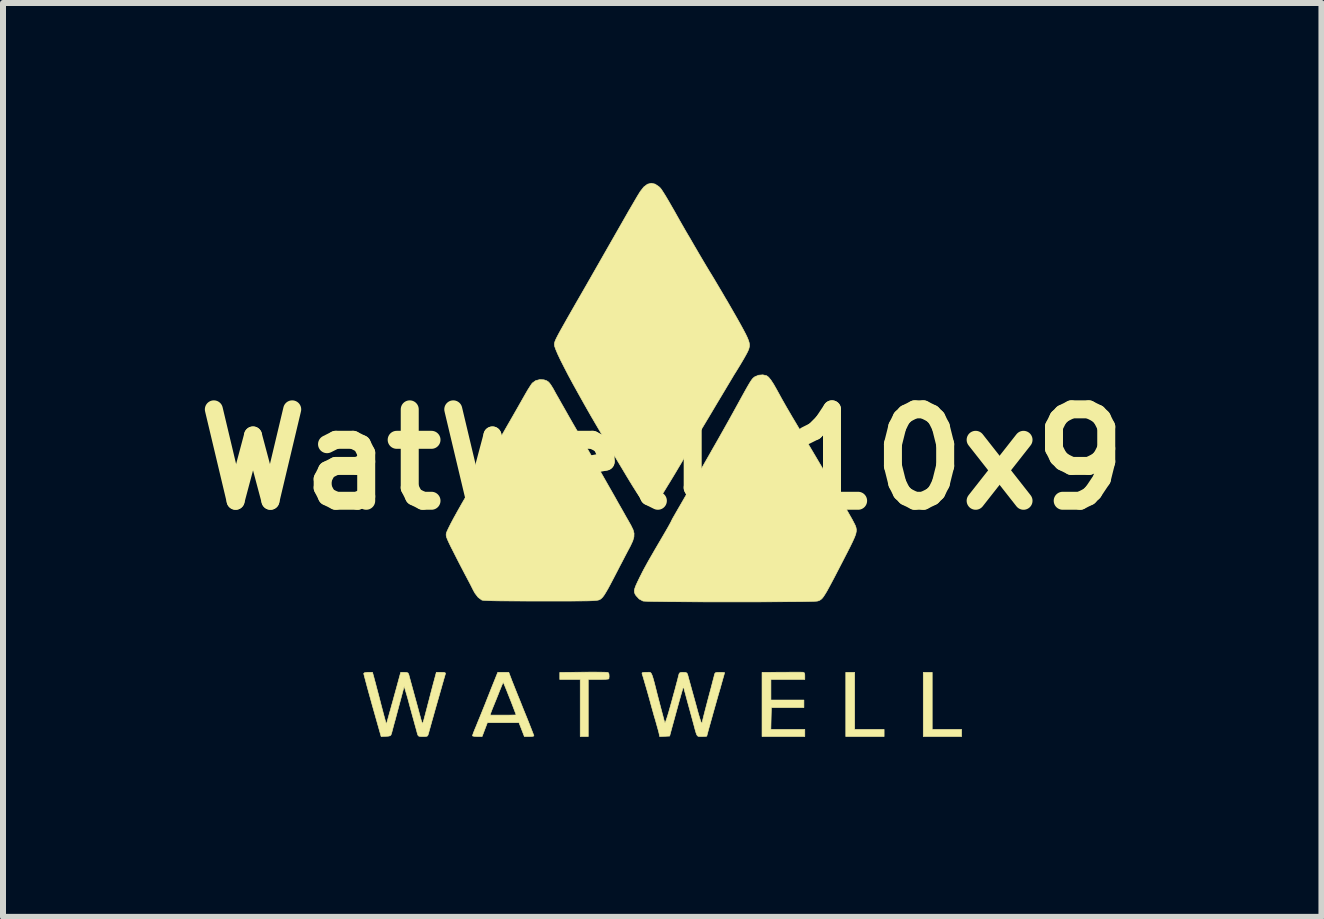
<source format=kicad_pcb>
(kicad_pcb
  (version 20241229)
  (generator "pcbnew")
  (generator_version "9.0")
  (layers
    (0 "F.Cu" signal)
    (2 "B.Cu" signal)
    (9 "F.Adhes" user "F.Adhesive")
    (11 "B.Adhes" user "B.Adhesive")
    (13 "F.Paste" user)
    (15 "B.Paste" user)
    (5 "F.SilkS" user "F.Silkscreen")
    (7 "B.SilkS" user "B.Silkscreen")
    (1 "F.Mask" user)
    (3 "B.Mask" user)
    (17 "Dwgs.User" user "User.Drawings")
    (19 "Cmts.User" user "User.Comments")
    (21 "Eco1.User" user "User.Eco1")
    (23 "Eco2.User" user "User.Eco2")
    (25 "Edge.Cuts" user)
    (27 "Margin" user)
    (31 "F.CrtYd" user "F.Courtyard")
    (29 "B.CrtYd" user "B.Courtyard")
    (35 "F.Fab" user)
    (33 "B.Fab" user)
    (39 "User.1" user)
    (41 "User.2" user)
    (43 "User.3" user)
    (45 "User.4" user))
  (footprint "WatWell_10x9"
    (layer "F.Cu")
    (at 7.99 4.609)
    (property "Reference" "WatWell_10x9" (at 0 0 0) (layer "F.SilkS") (effects (font (size 1.524 1.524) (thickness 0.3))))
    (attr through_hole)
    (fp_poly (pts (xy 3.208 4.501) (xy 3.699 4.501) (xy 3.699 4.62) (xy 3.06 4.62) (xy 3.06 3.55) (xy 3.208 3.55) (xy 3.208 4.501)) (stroke (width 0.01) (type solid)) (fill yes) (layer "F.SilkS"))
    (fp_poly (pts (xy 4.501 4.501) (xy 4.991 4.501) (xy 4.991 4.62) (xy 4.352 4.62) (xy 4.352 3.55) (xy 4.501 3.55) (xy 4.501 4.501)) (stroke (width 0.01) (type solid)) (fill yes) (layer "F.SilkS"))
    (fp_poly (pts (xy -1.111 3.546) (xy -1.028 3.547) (xy -0.962 3.548) (xy -0.918 3.55) (xy -0.901 3.553) (xy -0.888 3.575) (xy -0.885 3.617) (xy -0.889 3.658) (xy -0.904 3.662) (xy -0.942 3.666) (xy -0.999 3.668) (xy -1.062 3.669) (xy -1.233 3.669) (xy -1.233 4.62) (xy -1.367 4.62) (xy -1.367 3.669) (xy -1.708 3.669) (xy -1.708 3.551) (xy -1.313 3.547) (xy -1.207 3.546) (xy -1.111 3.546)) (stroke (width 0.01) (type solid)) (fill yes) (layer "F.SilkS"))
    (fp_poly (pts (xy 2.346 3.548) (xy 2.368 3.557) (xy 2.376 3.58) (xy 2.377 3.609) (xy 2.377 3.669) (xy 1.812 3.669) (xy 1.812 4.011) (xy 2.362 4.011) (xy 2.362 4.074) (xy 2.362 4.137) (xy 1.82 4.137) (xy 1.815 4.319) (xy 1.811 4.501) (xy 2.377 4.501) (xy 2.377 4.62) (xy 1.664 4.62) (xy 1.664 3.55) (xy 1.968 3.548) (xy 2.062 3.548) (xy 2.147 3.547) (xy 2.218 3.547) (xy 2.271 3.547) (xy 2.3 3.547) (xy 2.302 3.547) (xy 2.346 3.548)) (stroke (width 0.01) (type solid)) (fill yes) (layer "F.SilkS"))
    (fp_poly (pts (xy -2.52 3.65) (xy -2.505 3.69) (xy -2.48 3.752) (xy -2.448 3.833) (xy -2.41 3.928) (xy -2.367 4.033) (xy -2.323 4.144) (xy -2.311 4.174) (xy -2.268 4.279) (xy -2.229 4.376) (xy -2.196 4.46) (xy -2.169 4.529) (xy -2.15 4.578) (xy -2.14 4.605) (xy -2.139 4.608) (xy -2.152 4.615) (xy -2.187 4.619) (xy -2.218 4.62) (xy -2.298 4.62) (xy -2.343 4.504) (xy -2.388 4.389) (xy -2.915 4.389) (xy -3.003 4.62) (xy -3.083 4.62) (xy -3.128 4.617) (xy -3.157 4.612) (xy -3.164 4.606) (xy -3.158 4.588) (xy -3.144 4.549) (xy -3.122 4.494) (xy -3.102 4.447) (xy -3.074 4.377) (xy -3.038 4.29) (xy -3.027 4.263) (xy -2.869 4.263) (xy -2.652 4.263) (xy -2.576 4.263) (xy -2.512 4.262) (xy -2.464 4.261) (xy -2.439 4.26) (xy -2.436 4.259) (xy -2.441 4.242) (xy -2.456 4.204) (xy -2.477 4.148) (xy -2.503 4.08) (xy -2.532 4.006) (xy -2.562 3.931) (xy -2.59 3.86) (xy -2.615 3.798) (xy -2.635 3.75) (xy -2.647 3.722) (xy -2.65 3.718) (xy -2.657 3.729) (xy -2.672 3.762) (xy -2.692 3.812) (xy -2.711 3.858) (xy -2.74 3.932) (xy -2.771 4.009) (xy -2.798 4.075) (xy -2.808 4.1) (xy -2.83 4.153) (xy -2.848 4.2) (xy -2.859 4.23) (xy -2.869 4.263) (xy -3.027 4.263) (xy -3 4.196) (xy -2.963 4.104) (xy -2.955 4.085) (xy -2.919 3.993) (xy -2.88 3.895) (xy -2.843 3.801) (xy -2.811 3.722) (xy -2.806 3.71) (xy -2.742 3.55) (xy -2.558 3.55) (xy -2.52 3.65)) (stroke (width 0.01) (type solid)) (fill yes) (layer "F.SilkS"))
    (fp_poly (pts (xy -1.971 -1.327) (xy -1.963 -1.324) (xy -1.93 -1.313) (xy -1.903 -1.297) (xy -1.879 -1.273) (xy -1.852 -1.235) (xy -1.818 -1.18) (xy -1.786 -1.121) (xy -1.762 -1.078) (xy -1.724 -1.012) (xy -1.677 -0.928) (xy -1.621 -0.83) (xy -1.56 -0.722) (xy -1.495 -0.608) (xy -1.431 -0.498) (xy -1.367 -0.386) (xy -1.295 -0.261) (xy -1.217 -0.124) (xy -1.135 0.019) (xy -1.051 0.167) (xy -0.966 0.316) (xy -0.883 0.462) (xy -0.803 0.602) (xy -0.729 0.734) (xy -0.661 0.853) (xy -0.603 0.956) (xy -0.555 1.04) (xy -0.52 1.102) (xy -0.519 1.105) (xy -0.486 1.172) (xy -0.47 1.232) (xy -0.472 1.292) (xy -0.491 1.358) (xy -0.528 1.438) (xy -0.541 1.463) (xy -0.572 1.521) (xy -0.612 1.597) (xy -0.658 1.686) (xy -0.707 1.779) (xy -0.747 1.857) (xy -0.811 1.98) (xy -0.863 2.079) (xy -0.905 2.157) (xy -0.94 2.217) (xy -0.968 2.262) (xy -0.991 2.293) (xy -1.012 2.315) (xy -1.031 2.33) (xy -1.045 2.338) (xy -1.058 2.343) (xy -1.076 2.347) (xy -1.1 2.35) (xy -1.134 2.353) (xy -1.179 2.356) (xy -1.238 2.358) (xy -1.313 2.359) (xy -1.406 2.36) (xy -1.519 2.361) (xy -1.656 2.361) (xy -1.816 2.361) (xy -2.004 2.361) (xy -2.037 2.361) (xy -2.252 2.361) (xy -2.438 2.36) (xy -2.596 2.359) (xy -2.727 2.358) (xy -2.831 2.356) (xy -2.911 2.353) (xy -2.967 2.35) (xy -2.999 2.347) (xy -3.008 2.344) (xy -3.069 2.299) (xy -3.12 2.233) (xy -3.148 2.184) (xy -3.173 2.134) (xy -3.206 2.069) (xy -3.243 1.999) (xy -3.263 1.961) (xy -3.295 1.901) (xy -3.336 1.822) (xy -3.383 1.732) (xy -3.432 1.636) (xy -3.474 1.553) (xy -3.521 1.461) (xy -3.555 1.391) (xy -3.579 1.338) (xy -3.594 1.3) (xy -3.601 1.272) (xy -3.602 1.249) (xy -3.6 1.234) (xy -3.589 1.202) (xy -3.563 1.146) (xy -3.525 1.07) (xy -3.475 0.976) (xy -3.414 0.866) (xy -3.344 0.742) (xy -3.266 0.607) (xy -3.182 0.463) (xy -3.093 0.312) (xy -3 0.157) (xy -2.94 0.059) (xy -2.923 0.031) (xy -2.893 -0.021) (xy -2.851 -0.094) (xy -2.798 -0.186) (xy -2.735 -0.295) (xy -2.665 -0.418) (xy -2.588 -0.553) (xy -2.505 -0.697) (xy -2.418 -0.849) (xy -2.329 -1.006) (xy -2.276 -1.099) (xy -2.24 -1.161) (xy -2.205 -1.216) (xy -2.178 -1.257) (xy -2.164 -1.274) (xy -2.11 -1.313) (xy -2.042 -1.331) (xy -1.971 -1.327)) (stroke (width 0.01) (type solid)) (fill yes) (layer "F.SilkS"))
    (fp_poly (pts (xy -4.808 3.628) (xy -4.798 3.667) (xy -4.781 3.728) (xy -4.761 3.806) (xy -4.737 3.896) (xy -4.712 3.991) (xy -4.709 4.003) (xy -4.685 4.097) (xy -4.662 4.184) (xy -4.642 4.26) (xy -4.626 4.319) (xy -4.616 4.355) (xy -4.615 4.358) (xy -4.599 4.416) (xy -4.581 4.351) (xy -4.565 4.295) (xy -4.548 4.232) (xy -4.542 4.211) (xy -4.531 4.174) (xy -4.515 4.113) (xy -4.493 4.036) (xy -4.469 3.948) (xy -4.443 3.854) (xy -4.44 3.843) (xy -4.36 3.55) (xy -4.297 3.55) (xy -4.258 3.552) (xy -4.237 3.562) (xy -4.224 3.589) (xy -4.218 3.613) (xy -4.208 3.65) (xy -4.192 3.709) (xy -4.172 3.782) (xy -4.15 3.862) (xy -4.142 3.892) (xy -4.117 3.983) (xy -4.091 4.077) (xy -4.067 4.166) (xy -4.048 4.238) (xy -4.045 4.248) (xy -4.026 4.319) (xy -4.013 4.364) (xy -4.003 4.39) (xy -3.996 4.398) (xy -3.991 4.395) (xy -3.986 4.38) (xy -3.974 4.34) (xy -3.958 4.28) (xy -3.938 4.204) (xy -3.915 4.117) (xy -3.909 4.092) (xy -3.883 3.993) (xy -3.858 3.895) (xy -3.834 3.804) (xy -3.814 3.728) (xy -3.799 3.674) (xy -3.799 3.673) (xy -3.766 3.55) (xy -3.687 3.55) (xy -3.641 3.551) (xy -3.619 3.557) (xy -3.613 3.568) (xy -3.615 3.576) (xy -3.633 3.638) (xy -3.657 3.721) (xy -3.685 3.82) (xy -3.716 3.929) (xy -3.749 4.044) (xy -3.782 4.159) (xy -3.813 4.27) (xy -3.842 4.372) (xy -3.866 4.459) (xy -3.885 4.527) (xy -3.895 4.564) (xy -3.905 4.596) (xy -3.918 4.613) (xy -3.944 4.619) (xy -3.989 4.62) (xy -4.036 4.619) (xy -4.061 4.612) (xy -4.074 4.596) (xy -4.084 4.564) (xy -4.094 4.526) (xy -4.11 4.468) (xy -4.129 4.4) (xy -4.142 4.352) (xy -4.166 4.266) (xy -4.192 4.17) (xy -4.217 4.079) (xy -4.225 4.048) (xy -4.244 3.978) (xy -4.263 3.912) (xy -4.278 3.861) (xy -4.284 3.841) (xy -4.302 3.783) (xy -4.357 3.989) (xy -4.382 4.082) (xy -4.409 4.183) (xy -4.435 4.28) (xy -4.456 4.359) (xy -4.457 4.36) (xy -4.476 4.43) (xy -4.493 4.494) (xy -4.506 4.544) (xy -4.513 4.568) (xy -4.522 4.593) (xy -4.537 4.607) (xy -4.567 4.614) (xy -4.606 4.616) (xy -4.686 4.62) (xy -4.832 4.104) (xy -4.865 3.985) (xy -4.896 3.874) (xy -4.923 3.775) (xy -4.945 3.692) (xy -4.962 3.628) (xy -4.973 3.585) (xy -4.977 3.569) (xy -4.962 3.556) (xy -4.919 3.55) (xy -4.903 3.55) (xy -4.83 3.55) (xy -4.808 3.628)) (stroke (width 0.01) (type solid)) (fill yes) (layer "F.SilkS"))
    (fp_poly (pts (xy -0.119 -4.59) (xy -0.055 -4.547) (xy -0.028 -4.521) (xy -0.01 -4.496) (xy 0.02 -4.45) (xy 0.06 -4.386) (xy 0.106 -4.308) (xy 0.156 -4.221) (xy 0.192 -4.159) (xy 0.242 -4.07) (xy 0.288 -3.988) (xy 0.328 -3.918) (xy 0.359 -3.864) (xy 0.379 -3.829) (xy 0.386 -3.817) (xy 0.397 -3.798) (xy 0.421 -3.757) (xy 0.455 -3.7) (xy 0.496 -3.629) (xy 0.541 -3.551) (xy 0.546 -3.543) (xy 0.603 -3.445) (xy 0.666 -3.338) (xy 0.729 -3.232) (xy 0.787 -3.135) (xy 0.82 -3.082) (xy 0.873 -2.994) (xy 0.934 -2.891) (xy 0.998 -2.783) (xy 1.058 -2.68) (xy 1.084 -2.637) (xy 1.171 -2.486) (xy 1.244 -2.359) (xy 1.304 -2.252) (xy 1.352 -2.164) (xy 1.39 -2.092) (xy 1.418 -2.034) (xy 1.437 -1.987) (xy 1.449 -1.949) (xy 1.454 -1.917) (xy 1.454 -1.889) (xy 1.449 -1.863) (xy 1.442 -1.837) (xy 1.441 -1.835) (xy 1.425 -1.798) (xy 1.395 -1.741) (xy 1.353 -1.667) (xy 1.302 -1.581) (xy 1.244 -1.486) (xy 1.216 -1.441) (xy 1.2 -1.416) (xy 1.172 -1.369) (xy 1.132 -1.302) (xy 1.081 -1.217) (xy 1.022 -1.118) (xy 0.956 -1.008) (xy 0.885 -0.889) (xy 0.811 -0.764) (xy 0.778 -0.709) (xy 0.74 -0.646) (xy 0.691 -0.564) (xy 0.636 -0.473) (xy 0.58 -0.379) (xy 0.535 -0.305) (xy 0.486 -0.224) (xy 0.441 -0.149) (xy 0.402 -0.085) (xy 0.374 -0.037) (xy 0.357 -0.009) (xy 0.356 -0.007) (xy 0.319 0.057) (xy 0.274 0.132) (xy 0.225 0.215) (xy 0.173 0.301) (xy 0.122 0.385) (xy 0.074 0.463) (xy 0.032 0.532) (xy -0.002 0.585) (xy -0.025 0.62) (xy -0.031 0.629) (xy -0.092 0.688) (xy -0.159 0.72) (xy -0.23 0.724) (xy -0.284 0.709) (xy -0.298 0.702) (xy -0.312 0.693) (xy -0.326 0.682) (xy -0.343 0.665) (xy -0.362 0.641) (xy -0.385 0.609) (xy -0.414 0.567) (xy -0.449 0.512) (xy -0.492 0.444) (xy -0.543 0.361) (xy -0.604 0.26) (xy -0.675 0.141) (xy -0.759 0.001) (xy -0.855 -0.161) (xy -0.954 -0.327) (xy -1.075 -0.532) (xy -1.19 -0.729) (xy -1.297 -0.917) (xy -1.396 -1.094) (xy -1.487 -1.258) (xy -1.568 -1.408) (xy -1.637 -1.542) (xy -1.696 -1.658) (xy -1.742 -1.755) (xy -1.774 -1.831) (xy -1.793 -1.884) (xy -1.797 -1.909) (xy -1.797 -1.922) (xy -1.796 -1.936) (xy -1.793 -1.95) (xy -1.788 -1.968) (xy -1.778 -1.992) (xy -1.764 -2.022) (xy -1.744 -2.061) (xy -1.717 -2.112) (xy -1.682 -2.175) (xy -1.638 -2.253) (xy -1.585 -2.347) (xy -1.52 -2.461) (xy -1.444 -2.594) (xy -1.354 -2.75) (xy -1.274 -2.889) (xy -1.025 -3.325) (xy -0.78 -3.754) (xy -0.612 -4.048) (xy -0.558 -4.143) (xy -0.504 -4.235) (xy -0.455 -4.319) (xy -0.413 -4.391) (xy -0.38 -4.444) (xy -0.366 -4.467) (xy -0.307 -4.542) (xy -0.246 -4.588) (xy -0.183 -4.604) (xy -0.119 -4.59)) (stroke (width 0.01) (type solid)) (fill yes) (layer "F.SilkS"))
    (fp_poly (pts (xy -0.204 3.55) (xy -0.191 3.558) (xy -0.179 3.575) (xy -0.167 3.603) (xy -0.153 3.646) (xy -0.136 3.706) (xy -0.115 3.787) (xy -0.089 3.891) (xy -0.06 4.003) (xy -0.034 4.103) (xy -0.01 4.194) (xy 0.011 4.273) (xy 0.027 4.334) (xy 0.038 4.374) (xy 0.043 4.388) (xy 0.05 4.385) (xy 0.063 4.355) (xy 0.082 4.298) (xy 0.108 4.213) (xy 0.14 4.099) (xy 0.155 4.046) (xy 0.183 3.942) (xy 0.21 3.845) (xy 0.233 3.758) (xy 0.252 3.687) (xy 0.265 3.636) (xy 0.27 3.613) (xy 0.281 3.574) (xy 0.295 3.556) (xy 0.323 3.55) (xy 0.35 3.55) (xy 0.39 3.552) (xy 0.412 3.562) (xy 0.424 3.588) (xy 0.431 3.613) (xy 0.442 3.655) (xy 0.459 3.716) (xy 0.478 3.785) (xy 0.489 3.825) (xy 0.509 3.897) (xy 0.534 3.987) (xy 0.561 4.084) (xy 0.586 4.176) (xy 0.588 4.185) (xy 0.609 4.259) (xy 0.628 4.322) (xy 0.644 4.369) (xy 0.655 4.394) (xy 0.657 4.397) (xy 0.667 4.385) (xy 0.668 4.375) (xy 0.672 4.355) (xy 0.683 4.311) (xy 0.699 4.246) (xy 0.72 4.165) (xy 0.744 4.073) (xy 0.763 4) (xy 0.79 3.899) (xy 0.815 3.806) (xy 0.836 3.724) (xy 0.853 3.659) (xy 0.865 3.614) (xy 0.868 3.598) (xy 0.876 3.571) (xy 0.889 3.556) (xy 0.915 3.551) (xy 0.959 3.55) (xy 1.004 3.551) (xy 1.033 3.553) (xy 1.04 3.555) (xy 1.036 3.571) (xy 1.025 3.61) (xy 1.008 3.669) (xy 0.987 3.744) (xy 0.963 3.83) (xy 0.957 3.849) (xy 0.922 3.97) (xy 0.888 4.091) (xy 0.855 4.207) (xy 0.825 4.315) (xy 0.798 4.411) (xy 0.775 4.493) (xy 0.758 4.556) (xy 0.747 4.597) (xy 0.743 4.613) (xy 0.729 4.617) (xy 0.695 4.619) (xy 0.662 4.62) (xy 0.628 4.62) (xy 0.605 4.618) (xy 0.588 4.609) (xy 0.575 4.59) (xy 0.562 4.554) (xy 0.546 4.498) (xy 0.529 4.434) (xy 0.487 4.279) (xy 0.452 4.151) (xy 0.423 4.046) (xy 0.401 3.964) (xy 0.384 3.9) (xy 0.371 3.854) (xy 0.363 3.822) (xy 0.358 3.802) (xy 0.356 3.792) (xy 0.355 3.791) (xy 0.353 3.793) (xy 0.345 3.814) (xy 0.333 3.855) (xy 0.315 3.917) (xy 0.291 4.002) (xy 0.261 4.11) (xy 0.224 4.245) (xy 0.18 4.406) (xy 0.166 4.456) (xy 0.124 4.612) (xy -0.042 4.621) (xy -0.052 4.572) (xy -0.06 4.538) (xy -0.075 4.484) (xy -0.094 4.417) (xy -0.112 4.352) (xy -0.135 4.276) (xy -0.156 4.2) (xy -0.174 4.136) (xy -0.184 4.1) (xy -0.199 4.044) (xy -0.218 3.975) (xy -0.24 3.897) (xy -0.263 3.816) (xy -0.286 3.739) (xy -0.306 3.67) (xy -0.322 3.616) (xy -0.333 3.583) (xy -0.335 3.576) (xy -0.337 3.561) (xy -0.325 3.553) (xy -0.293 3.55) (xy -0.263 3.55) (xy -0.239 3.549) (xy -0.22 3.548) (xy -0.204 3.55)) (stroke (width 0.01) (type solid)) (fill yes) (layer "F.SilkS"))
    (fp_poly (pts (xy 1.741 -1.395) (xy 1.773 -1.371) (xy 1.812 -1.323) (xy 1.859 -1.251) (xy 1.915 -1.152) (xy 1.932 -1.121) (xy 1.995 -1.006) (xy 2.074 -0.867) (xy 2.168 -0.706) (xy 2.248 -0.572) (xy 2.289 -0.503) (xy 2.33 -0.434) (xy 2.365 -0.374) (xy 2.384 -0.342) (xy 2.408 -0.3) (xy 2.444 -0.239) (xy 2.487 -0.167) (xy 2.533 -0.089) (xy 2.555 -0.052) (xy 2.608 0.038) (xy 2.666 0.136) (xy 2.723 0.233) (xy 2.772 0.318) (xy 2.782 0.334) (xy 2.822 0.403) (xy 2.859 0.467) (xy 2.889 0.519) (xy 2.909 0.553) (xy 2.911 0.557) (xy 2.993 0.698) (xy 3.064 0.82) (xy 3.122 0.922) (xy 3.168 1.003) (xy 3.199 1.062) (xy 3.216 1.096) (xy 3.217 1.097) (xy 3.23 1.133) (xy 3.236 1.166) (xy 3.235 1.203) (xy 3.226 1.246) (xy 3.206 1.299) (xy 3.175 1.368) (xy 3.132 1.456) (xy 3.092 1.535) (xy 3.007 1.7) (xy 2.934 1.841) (xy 2.873 1.959) (xy 2.821 2.057) (xy 2.778 2.137) (xy 2.743 2.201) (xy 2.713 2.25) (xy 2.689 2.287) (xy 2.668 2.314) (xy 2.649 2.332) (xy 2.632 2.344) (xy 2.615 2.353) (xy 2.597 2.359) (xy 2.585 2.362) (xy 2.562 2.364) (xy 2.512 2.366) (xy 2.438 2.368) (xy 2.341 2.37) (xy 2.225 2.371) (xy 2.091 2.372) (xy 1.944 2.373) (xy 1.784 2.374) (xy 1.615 2.375) (xy 1.439 2.375) (xy 1.259 2.375) (xy 1.077 2.375) (xy 0.896 2.375) (xy 0.718 2.375) (xy 0.546 2.374) (xy 0.383 2.373) (xy 0.23 2.372) (xy 0.091 2.371) (xy -0.032 2.369) (xy -0.137 2.368) (xy -0.221 2.366) (xy -0.28 2.364) (xy -0.314 2.362) (xy -0.32 2.361) (xy -0.384 2.327) (xy -0.437 2.27) (xy -0.453 2.244) (xy -0.462 2.219) (xy -0.465 2.191) (xy -0.459 2.157) (xy -0.443 2.111) (xy -0.415 2.049) (xy -0.376 1.968) (xy -0.356 1.929) (xy -0.331 1.879) (xy -0.306 1.831) (xy -0.279 1.782) (xy -0.249 1.727) (xy -0.213 1.663) (xy -0.169 1.587) (xy -0.116 1.495) (xy -0.051 1.384) (xy 0.013 1.275) (xy 0.056 1.201) (xy 0.094 1.135) (xy 0.123 1.083) (xy 0.142 1.048) (xy 0.149 1.034) (xy 0.156 1.019) (xy 0.174 0.983) (xy 0.202 0.935) (xy 0.22 0.903) (xy 0.259 0.835) (xy 0.306 0.754) (xy 0.353 0.673) (xy 0.377 0.631) (xy 0.412 0.57) (xy 0.443 0.517) (xy 0.465 0.478) (xy 0.475 0.46) (xy 0.491 0.433) (xy 0.519 0.385) (xy 0.556 0.321) (xy 0.599 0.247) (xy 0.646 0.167) (xy 0.692 0.086) (xy 0.736 0.009) (xy 0.774 -0.057) (xy 0.804 -0.11) (xy 0.809 -0.119) (xy 0.848 -0.188) (xy 0.89 -0.261) (xy 0.927 -0.326) (xy 0.936 -0.342) (xy 0.997 -0.45) (xy 1.059 -0.56) (xy 1.125 -0.678) (xy 1.198 -0.81) (xy 1.263 -0.928) (xy 1.326 -1.043) (xy 1.377 -1.135) (xy 1.417 -1.206) (xy 1.449 -1.261) (xy 1.473 -1.3) (xy 1.493 -1.329) (xy 1.509 -1.349) (xy 1.524 -1.363) (xy 1.54 -1.375) (xy 1.544 -1.378) (xy 1.607 -1.404) (xy 1.677 -1.41) (xy 1.741 -1.395)) (stroke (width 0.01) (type solid)) (fill yes) (layer "F.SilkS")))
  (gr_rect
    (start -3 -3)
    (end 18.98 12.235)
    (stroke (width 0.1) (type default))
    (fill no)
    (layer "Edge.Cuts")))
</source>
